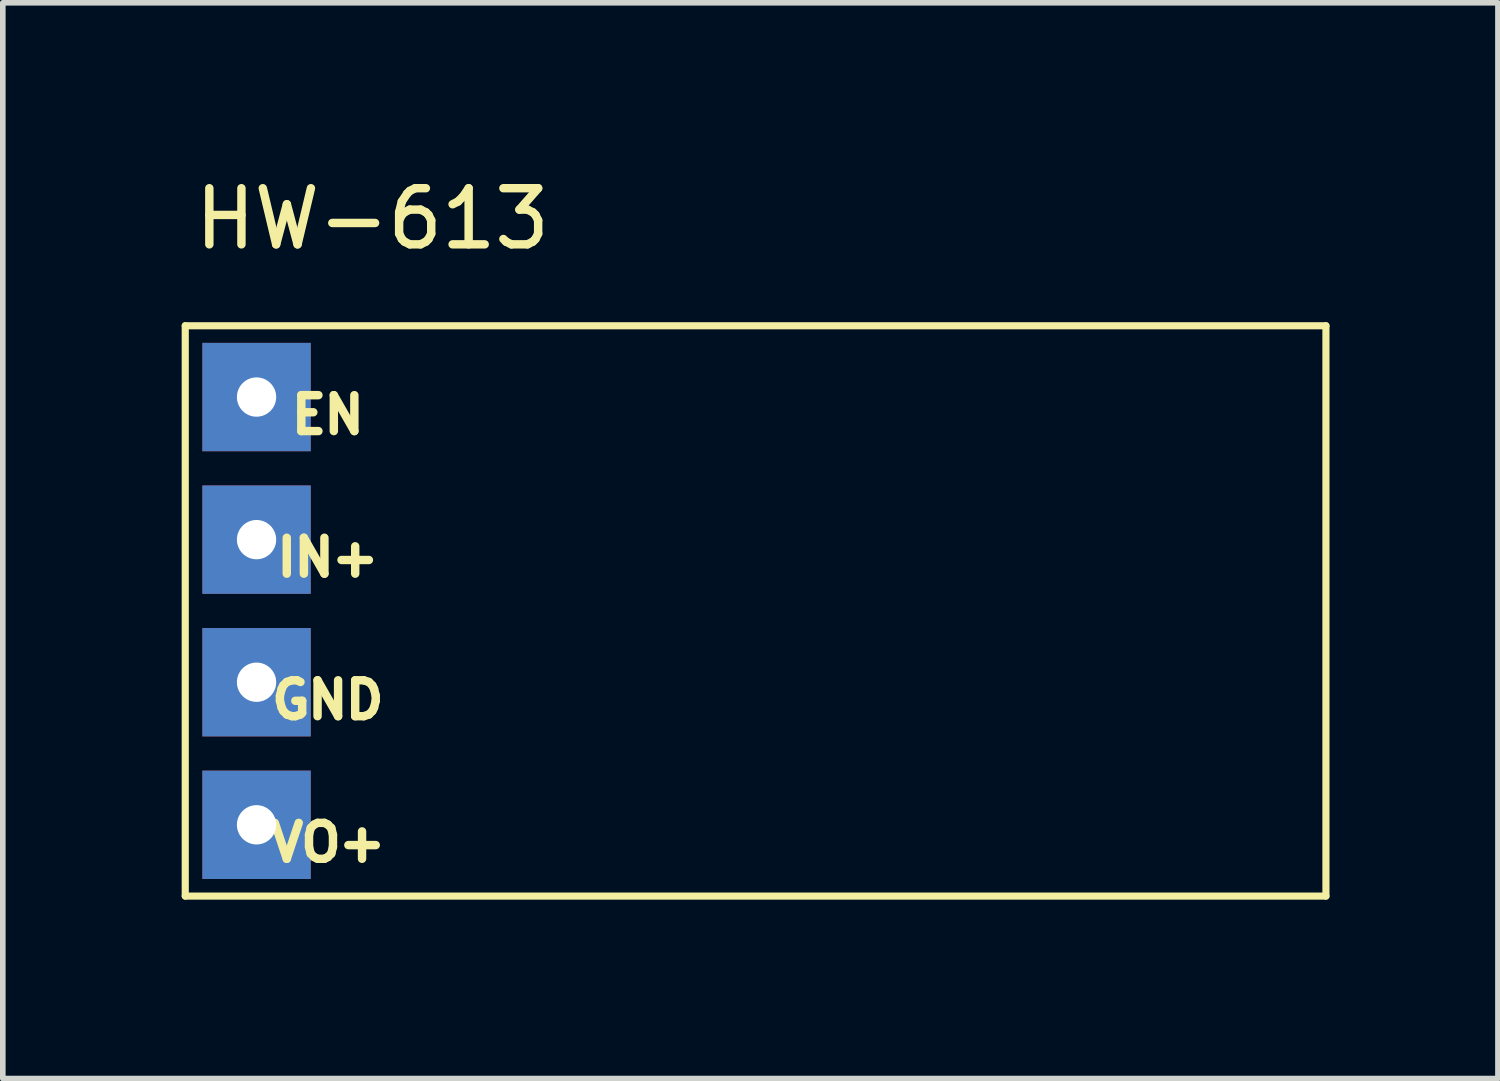
<source format=kicad_pcb>
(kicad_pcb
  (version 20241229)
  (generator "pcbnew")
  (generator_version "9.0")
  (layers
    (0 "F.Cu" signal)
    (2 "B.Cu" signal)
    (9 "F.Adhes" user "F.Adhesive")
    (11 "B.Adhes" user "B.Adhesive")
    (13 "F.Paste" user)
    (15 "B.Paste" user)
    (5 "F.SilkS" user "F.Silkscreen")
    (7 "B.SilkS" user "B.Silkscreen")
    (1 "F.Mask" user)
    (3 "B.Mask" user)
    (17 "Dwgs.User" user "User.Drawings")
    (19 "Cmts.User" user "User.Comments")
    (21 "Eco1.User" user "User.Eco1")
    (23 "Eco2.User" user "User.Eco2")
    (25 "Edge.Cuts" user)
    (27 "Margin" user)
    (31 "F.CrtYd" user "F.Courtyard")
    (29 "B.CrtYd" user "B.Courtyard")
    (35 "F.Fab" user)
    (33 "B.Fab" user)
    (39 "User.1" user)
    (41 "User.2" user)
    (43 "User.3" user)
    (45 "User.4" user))
  (footprint "HW-613"
    (layer "F.Cu")
    (at 0.25 12.913)
    (property "Reference" "HW-613" (at 3.334 -12.065 0) (layer "F.SilkS") (effects (font (size 1 1) (thickness 0.15))))
    (attr through_hole)
    (fp_line (start 0 -10.16) (end 20.32 -10.16) (stroke (width 0.127) (type solid)) (layer "F.SilkS"))
    (fp_line (start 0 0) (end 0 -10.16) (stroke (width 0.127) (type solid)) (layer "F.SilkS"))
    (fp_line (start 20.32 -10.16) (end 20.32 0) (stroke (width 0.127) (type solid)) (layer "F.SilkS"))
    (fp_line (start 20.32 0) (end 0 0) (stroke (width 0.127) (type solid)) (layer "F.SilkS"))
    (fp_text user "GND" (at 2.54 -3.493 0) (layer "F.SilkS") (effects (font (size 0.64 0.64) (thickness 0.15))))
    (fp_text user "EN" (at 2.54 -8.572 0) (layer "F.SilkS") (effects (font (size 0.64 0.64) (thickness 0.15))))
    (fp_text user "IN+" (at 2.54 -6.032 0) (layer "F.SilkS") (effects (font (size 0.64 0.64) (thickness 0.15))))
    (fp_text user "VO+" (at 2.54 -0.953 0) (layer "F.SilkS") (effects (font (size 0.64 0.64) (thickness 0.15))))
    (pad "EN" thru_hole rect (at 1.27 -8.89) (size 1.93 1.93) (drill 0.7) (layers "*.Cu" "*.Mask"))
    (pad "GND" thru_hole rect (at 1.27 -3.81) (size 1.93 1.93) (drill 0.7) (layers "*.Cu" "*.Mask"))
    (pad "IN+" thru_hole rect (at 1.27 -6.35) (size 1.93 1.93) (drill 0.7) (layers "*.Cu" "*.Mask"))
    (pad "VO+" thru_hole rect (at 1.27 -1.27) (size 1.93 1.93) (drill 0.7) (layers "*.Cu" "*.Mask")))
  (gr_rect
    (start -3 -3)
    (end 23.634 16.163)
    (stroke (width 0.1) (type default))
    (fill no)
    (layer "Edge.Cuts")))
</source>
